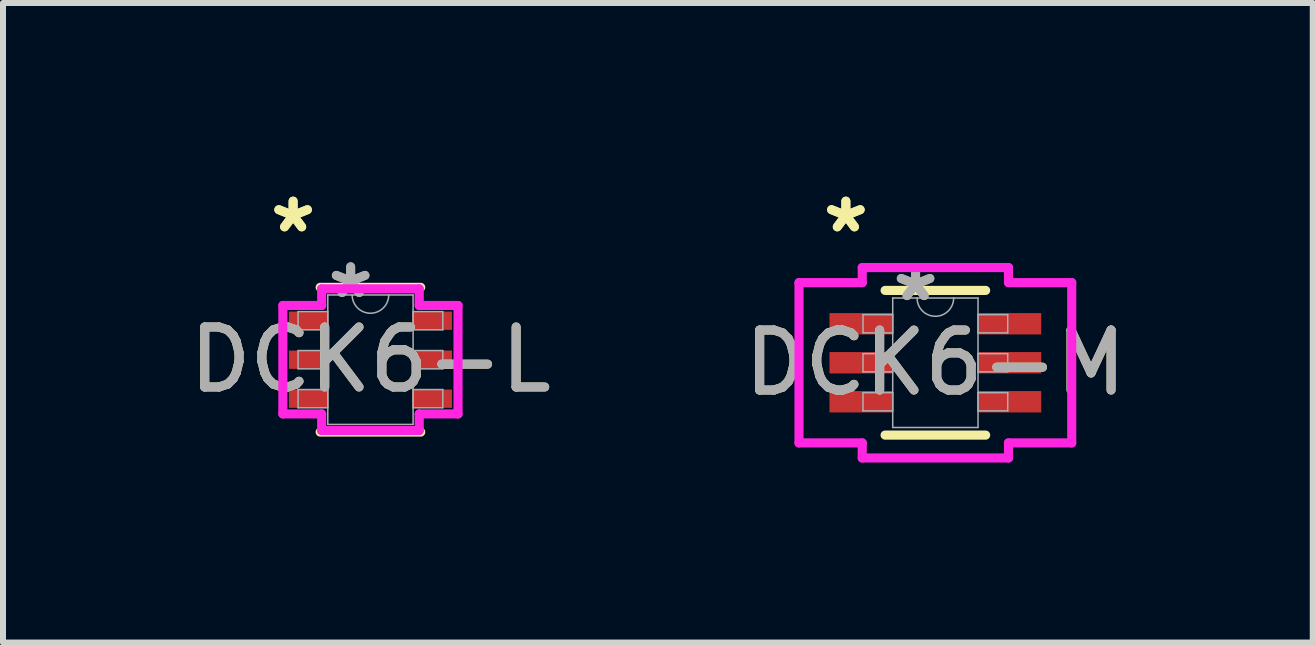
<source format=kicad_pcb>
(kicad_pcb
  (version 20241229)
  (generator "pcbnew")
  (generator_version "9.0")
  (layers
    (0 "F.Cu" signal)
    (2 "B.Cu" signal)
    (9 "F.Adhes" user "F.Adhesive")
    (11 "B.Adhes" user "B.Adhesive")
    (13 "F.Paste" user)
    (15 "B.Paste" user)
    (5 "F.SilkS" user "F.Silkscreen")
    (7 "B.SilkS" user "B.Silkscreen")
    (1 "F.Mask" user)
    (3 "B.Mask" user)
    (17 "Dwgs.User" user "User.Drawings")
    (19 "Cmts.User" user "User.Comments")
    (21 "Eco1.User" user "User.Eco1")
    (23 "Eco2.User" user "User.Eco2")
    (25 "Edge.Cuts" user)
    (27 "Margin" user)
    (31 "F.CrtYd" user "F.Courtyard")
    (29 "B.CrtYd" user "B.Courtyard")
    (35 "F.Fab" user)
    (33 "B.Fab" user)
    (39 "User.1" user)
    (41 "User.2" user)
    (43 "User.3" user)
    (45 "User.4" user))
  (footprint "DCK6-L"
    (layer "F.Cu")
    (at 3.125 2.946)
    (property "Reference" "DCK6-L" (at 0 0 0) (unlocked yes) (layer "F.SilkS") (effects (font (size 1 1) (thickness 0.15))))
    (attr smd)
    (fp_line (start -0.838 1.206) (end 0.838 1.206) (stroke (width 0.152) (type solid)) (layer "F.SilkS"))
    (fp_line (start 0.838 -1.206) (end -0.838 -1.206) (stroke (width 0.152) (type solid)) (layer "F.SilkS"))
    (fp_line (start -1.46 -0.904) (end -0.813 -0.904) (stroke (width 0.152) (type solid)) (layer "F.CrtYd"))
    (fp_line (start -1.46 0.904) (end -1.46 -0.904) (stroke (width 0.152) (type solid)) (layer "F.CrtYd"))
    (fp_line (start -1.46 0.904) (end -0.813 0.904) (stroke (width 0.152) (type solid)) (layer "F.CrtYd"))
    (fp_line (start -0.813 -1.181) (end 0.813 -1.181) (stroke (width 0.152) (type solid)) (layer "F.CrtYd"))
    (fp_line (start -0.813 -0.904) (end -0.813 -1.181) (stroke (width 0.152) (type solid)) (layer "F.CrtYd"))
    (fp_line (start -0.813 1.181) (end -0.813 0.904) (stroke (width 0.152) (type solid)) (layer "F.CrtYd"))
    (fp_line (start 0.813 -1.181) (end 0.813 -0.904) (stroke (width 0.152) (type solid)) (layer "F.CrtYd"))
    (fp_line (start 0.813 0.904) (end 0.813 1.181) (stroke (width 0.152) (type solid)) (layer "F.CrtYd"))
    (fp_line (start 0.813 1.181) (end -0.813 1.181) (stroke (width 0.152) (type solid)) (layer "F.CrtYd"))
    (fp_line (start 1.46 -0.904) (end 0.813 -0.904) (stroke (width 0.152) (type solid)) (layer "F.CrtYd"))
    (fp_line (start 1.46 -0.904) (end 1.46 0.904) (stroke (width 0.152) (type solid)) (layer "F.CrtYd"))
    (fp_line (start 1.46 0.904) (end 0.813 0.904) (stroke (width 0.152) (type solid)) (layer "F.CrtYd"))
    (fp_line (start -1.206 -0.802) (end -1.206 -0.498) (stroke (width 0.025) (type solid)) (layer "F.Fab"))
    (fp_line (start -1.206 -0.498) (end -0.711 -0.498) (stroke (width 0.025) (type solid)) (layer "F.Fab"))
    (fp_line (start -1.206 -0.152) (end -1.206 0.152) (stroke (width 0.025) (type solid)) (layer "F.Fab"))
    (fp_line (start -1.206 0.152) (end -0.711 0.152) (stroke (width 0.025) (type solid)) (layer "F.Fab"))
    (fp_line (start -1.206 0.498) (end -1.206 0.802) (stroke (width 0.025) (type solid)) (layer "F.Fab"))
    (fp_line (start -1.206 0.802) (end -0.711 0.802) (stroke (width 0.025) (type solid)) (layer "F.Fab"))
    (fp_line (start -0.711 -1.079) (end -0.711 1.079) (stroke (width 0.025) (type solid)) (layer "F.Fab"))
    (fp_line (start -0.711 -0.802) (end -1.206 -0.802) (stroke (width 0.025) (type solid)) (layer "F.Fab"))
    (fp_line (start -0.711 -0.498) (end -0.711 -0.802) (stroke (width 0.025) (type solid)) (layer "F.Fab"))
    (fp_line (start -0.711 -0.152) (end -1.206 -0.152) (stroke (width 0.025) (type solid)) (layer "F.Fab"))
    (fp_line (start -0.711 0.152) (end -0.711 -0.152) (stroke (width 0.025) (type solid)) (layer "F.Fab"))
    (fp_line (start -0.711 0.498) (end -1.206 0.498) (stroke (width 0.025) (type solid)) (layer "F.Fab"))
    (fp_line (start -0.711 0.802) (end -0.711 0.498) (stroke (width 0.025) (type solid)) (layer "F.Fab"))
    (fp_line (start -0.711 1.079) (end 0.711 1.079) (stroke (width 0.025) (type solid)) (layer "F.Fab"))
    (fp_line (start 0.711 -1.079) (end -0.711 -1.079) (stroke (width 0.025) (type solid)) (layer "F.Fab"))
    (fp_line (start 0.711 -0.802) (end 0.711 -0.498) (stroke (width 0.025) (type solid)) (layer "F.Fab"))
    (fp_line (start 0.711 -0.498) (end 1.206 -0.498) (stroke (width 0.025) (type solid)) (layer "F.Fab"))
    (fp_line (start 0.711 -0.152) (end 0.711 0.152) (stroke (width 0.025) (type solid)) (layer "F.Fab"))
    (fp_line (start 0.711 0.152) (end 1.206 0.152) (stroke (width 0.025) (type solid)) (layer "F.Fab"))
    (fp_line (start 0.711 0.498) (end 0.711 0.802) (stroke (width 0.025) (type solid)) (layer "F.Fab"))
    (fp_line (start 0.711 0.802) (end 1.206 0.802) (stroke (width 0.025) (type solid)) (layer "F.Fab"))
    (fp_line (start 0.711 1.079) (end 0.711 -1.079) (stroke (width 0.025) (type solid)) (layer "F.Fab"))
    (fp_line (start 1.206 -0.802) (end 0.711 -0.802) (stroke (width 0.025) (type solid)) (layer "F.Fab"))
    (fp_line (start 1.206 -0.498) (end 1.206 -0.802) (stroke (width 0.025) (type solid)) (layer "F.Fab"))
    (fp_line (start 1.206 -0.152) (end 0.711 -0.152) (stroke (width 0.025) (type solid)) (layer "F.Fab"))
    (fp_line (start 1.206 0.152) (end 1.206 -0.152) (stroke (width 0.025) (type solid)) (layer "F.Fab"))
    (fp_line (start 1.206 0.498) (end 0.711 0.498) (stroke (width 0.025) (type solid)) (layer "F.Fab"))
    (fp_line (start 1.206 0.802) (end 1.206 0.498) (stroke (width 0.025) (type solid)) (layer "F.Fab"))
    (fp_arc (start 0.3048 -1.0795) (mid 0 -0.7747) (end -0.3048 -1.0795) (stroke (width 0.0254) (type solid)) (layer "F.Fab"))
    (fp_text user "*" (at -1.289 -2.098 0) (layer "F.SilkS") (effects (font (size 1 1) (thickness 0.15))))
    (fp_text user "*" (at -1.289 -2.098 0) (unlocked yes) (layer "F.SilkS") (effects (font (size 1 1) (thickness 0.15))))
    (fp_text user "*" (at -0.33 -1.003 0) (layer "F.Fab") (effects (font (size 1 1) (thickness 0.15))))
    (fp_text user "${REFERENCE}" (at 0 0 0) (unlocked yes) (layer "F.Fab") (effects (font (size 1 1) (thickness 0.15))))
    (fp_text user "*" (at -0.33 -1.003 0) (unlocked yes) (layer "F.Fab") (effects (font (size 1 1) (thickness 0.15))))
    (pad "1" smd rect (at -1.035 -0.65) (size 0.648 0.305) (layers "F.Cu" "F.Mask" "F.Paste"))
    (pad "2" smd rect (at -1.035 0) (size 0.648 0.305) (layers "F.Cu" "F.Mask" "F.Paste"))
    (pad "3" smd rect (at -1.035 0.65) (size 0.648 0.305) (layers "F.Cu" "F.Mask" "F.Paste"))
    (pad "4" smd rect (at 1.035 0.65) (size 0.648 0.305) (layers "F.Cu" "F.Mask" "F.Paste"))
    (pad "5" smd rect (at 1.035 0) (size 0.648 0.305) (layers "F.Cu" "F.Mask" "F.Paste"))
    (pad "6" smd rect (at 1.035 -0.65) (size 0.648 0.305) (layers "F.Cu" "F.Mask" "F.Paste")))
  (footprint "DCK6-M"
    (layer "F.Cu")
    (at 12.542 2.997)
    (property "Reference" "DCK6-M" (at 0 0 0) (unlocked yes) (layer "F.SilkS") (effects (font (size 1 1) (thickness 0.15))))
    (attr smd)
    (fp_line (start -0.838 1.206) (end 0.838 1.206) (stroke (width 0.152) (type solid)) (layer "F.SilkS"))
    (fp_line (start 0.838 -1.206) (end -0.838 -1.206) (stroke (width 0.152) (type solid)) (layer "F.SilkS"))
    (fp_line (start -2.273 -1.336) (end -1.219 -1.336) (stroke (width 0.152) (type solid)) (layer "F.CrtYd"))
    (fp_line (start -2.273 1.336) (end -2.273 -1.336) (stroke (width 0.152) (type solid)) (layer "F.CrtYd"))
    (fp_line (start -2.273 1.336) (end -1.219 1.336) (stroke (width 0.152) (type solid)) (layer "F.CrtYd"))
    (fp_line (start -1.219 -1.587) (end 1.219 -1.587) (stroke (width 0.152) (type solid)) (layer "F.CrtYd"))
    (fp_line (start -1.219 -1.336) (end -1.219 -1.587) (stroke (width 0.152) (type solid)) (layer "F.CrtYd"))
    (fp_line (start -1.219 1.587) (end -1.219 1.336) (stroke (width 0.152) (type solid)) (layer "F.CrtYd"))
    (fp_line (start 1.219 -1.587) (end 1.219 -1.336) (stroke (width 0.152) (type solid)) (layer "F.CrtYd"))
    (fp_line (start 1.219 1.336) (end 1.219 1.587) (stroke (width 0.152) (type solid)) (layer "F.CrtYd"))
    (fp_line (start 1.219 1.587) (end -1.219 1.587) (stroke (width 0.152) (type solid)) (layer "F.CrtYd"))
    (fp_line (start 2.273 -1.336) (end 1.219 -1.336) (stroke (width 0.152) (type solid)) (layer "F.CrtYd"))
    (fp_line (start 2.273 -1.336) (end 2.273 1.336) (stroke (width 0.152) (type solid)) (layer "F.CrtYd"))
    (fp_line (start 2.273 1.336) (end 1.219 1.336) (stroke (width 0.152) (type solid)) (layer "F.CrtYd"))
    (fp_line (start -1.206 -0.802) (end -1.206 -0.498) (stroke (width 0.025) (type solid)) (layer "F.Fab"))
    (fp_line (start -1.206 -0.498) (end -0.711 -0.498) (stroke (width 0.025) (type solid)) (layer "F.Fab"))
    (fp_line (start -1.206 -0.152) (end -1.206 0.152) (stroke (width 0.025) (type solid)) (layer "F.Fab"))
    (fp_line (start -1.206 0.152) (end -0.711 0.152) (stroke (width 0.025) (type solid)) (layer "F.Fab"))
    (fp_line (start -1.206 0.498) (end -1.206 0.802) (stroke (width 0.025) (type solid)) (layer "F.Fab"))
    (fp_line (start -1.206 0.802) (end -0.711 0.802) (stroke (width 0.025) (type solid)) (layer "F.Fab"))
    (fp_line (start -0.711 -1.079) (end -0.711 1.079) (stroke (width 0.025) (type solid)) (layer "F.Fab"))
    (fp_line (start -0.711 -0.802) (end -1.206 -0.802) (stroke (width 0.025) (type solid)) (layer "F.Fab"))
    (fp_line (start -0.711 -0.498) (end -0.711 -0.802) (stroke (width 0.025) (type solid)) (layer "F.Fab"))
    (fp_line (start -0.711 -0.152) (end -1.206 -0.152) (stroke (width 0.025) (type solid)) (layer "F.Fab"))
    (fp_line (start -0.711 0.152) (end -0.711 -0.152) (stroke (width 0.025) (type solid)) (layer "F.Fab"))
    (fp_line (start -0.711 0.498) (end -1.206 0.498) (stroke (width 0.025) (type solid)) (layer "F.Fab"))
    (fp_line (start -0.711 0.802) (end -0.711 0.498) (stroke (width 0.025) (type solid)) (layer "F.Fab"))
    (fp_line (start -0.711 1.079) (end 0.711 1.079) (stroke (width 0.025) (type solid)) (layer "F.Fab"))
    (fp_line (start 0.711 -1.079) (end -0.711 -1.079) (stroke (width 0.025) (type solid)) (layer "F.Fab"))
    (fp_line (start 0.711 -0.802) (end 0.711 -0.498) (stroke (width 0.025) (type solid)) (layer "F.Fab"))
    (fp_line (start 0.711 -0.498) (end 1.206 -0.498) (stroke (width 0.025) (type solid)) (layer "F.Fab"))
    (fp_line (start 0.711 -0.152) (end 0.711 0.152) (stroke (width 0.025) (type solid)) (layer "F.Fab"))
    (fp_line (start 0.711 0.152) (end 1.206 0.152) (stroke (width 0.025) (type solid)) (layer "F.Fab"))
    (fp_line (start 0.711 0.498) (end 0.711 0.802) (stroke (width 0.025) (type solid)) (layer "F.Fab"))
    (fp_line (start 0.711 0.802) (end 1.206 0.802) (stroke (width 0.025) (type solid)) (layer "F.Fab"))
    (fp_line (start 0.711 1.079) (end 0.711 -1.079) (stroke (width 0.025) (type solid)) (layer "F.Fab"))
    (fp_line (start 1.206 -0.802) (end 0.711 -0.802) (stroke (width 0.025) (type solid)) (layer "F.Fab"))
    (fp_line (start 1.206 -0.498) (end 1.206 -0.802) (stroke (width 0.025) (type solid)) (layer "F.Fab"))
    (fp_line (start 1.206 -0.152) (end 0.711 -0.152) (stroke (width 0.025) (type solid)) (layer "F.Fab"))
    (fp_line (start 1.206 0.152) (end 1.206 -0.152) (stroke (width 0.025) (type solid)) (layer "F.Fab"))
    (fp_line (start 1.206 0.498) (end 0.711 0.498) (stroke (width 0.025) (type solid)) (layer "F.Fab"))
    (fp_line (start 1.206 0.802) (end 1.206 0.498) (stroke (width 0.025) (type solid)) (layer "F.Fab"))
    (fp_arc (start 0.3048 -1.0795) (mid 0 -0.7747) (end -0.3048 -1.0795) (stroke (width 0.0254) (type solid)) (layer "F.Fab"))
    (fp_text user "*" (at -1.492 -2.149 0) (layer "F.SilkS") (effects (font (size 1 1) (thickness 0.15))))
    (fp_text user "*" (at -1.492 -2.149 0) (unlocked yes) (layer "F.SilkS") (effects (font (size 1 1) (thickness 0.15))))
    (fp_text user "*" (at -0.33 -1.003 0) (unlocked yes) (layer "F.Fab") (effects (font (size 1 1) (thickness 0.15))))
    (fp_text user "${REFERENCE}" (at 0 0 0) (unlocked yes) (layer "F.Fab") (effects (font (size 1 1) (thickness 0.15))))
    (fp_text user "*" (at -0.33 -1.003 0) (layer "F.Fab") (effects (font (size 1 1) (thickness 0.15))))
    (pad "1" smd rect (at -1.238 -0.65) (size 1.054 0.356) (layers "F.Cu" "F.Mask" "F.Paste"))
    (pad "2" smd rect (at -1.238 0) (size 1.054 0.356) (layers "F.Cu" "F.Mask" "F.Paste"))
    (pad "3" smd rect (at -1.238 0.65) (size 1.054 0.356) (layers "F.Cu" "F.Mask" "F.Paste"))
    (pad "4" smd rect (at 1.238 0.65) (size 1.054 0.356) (layers "F.Cu" "F.Mask" "F.Paste"))
    (pad "5" smd rect (at 1.238 0) (size 1.054 0.356) (layers "F.Cu" "F.Mask" "F.Paste"))
    (pad "6" smd rect (at 1.238 -0.65) (size 1.054 0.356) (layers "F.Cu" "F.Mask" "F.Paste")))
  (gr_rect
    (start -3 -3)
    (end 18.833 7.661)
    (stroke (width 0.1) (type default))
    (fill no)
    (layer "Edge.Cuts")))
</source>
